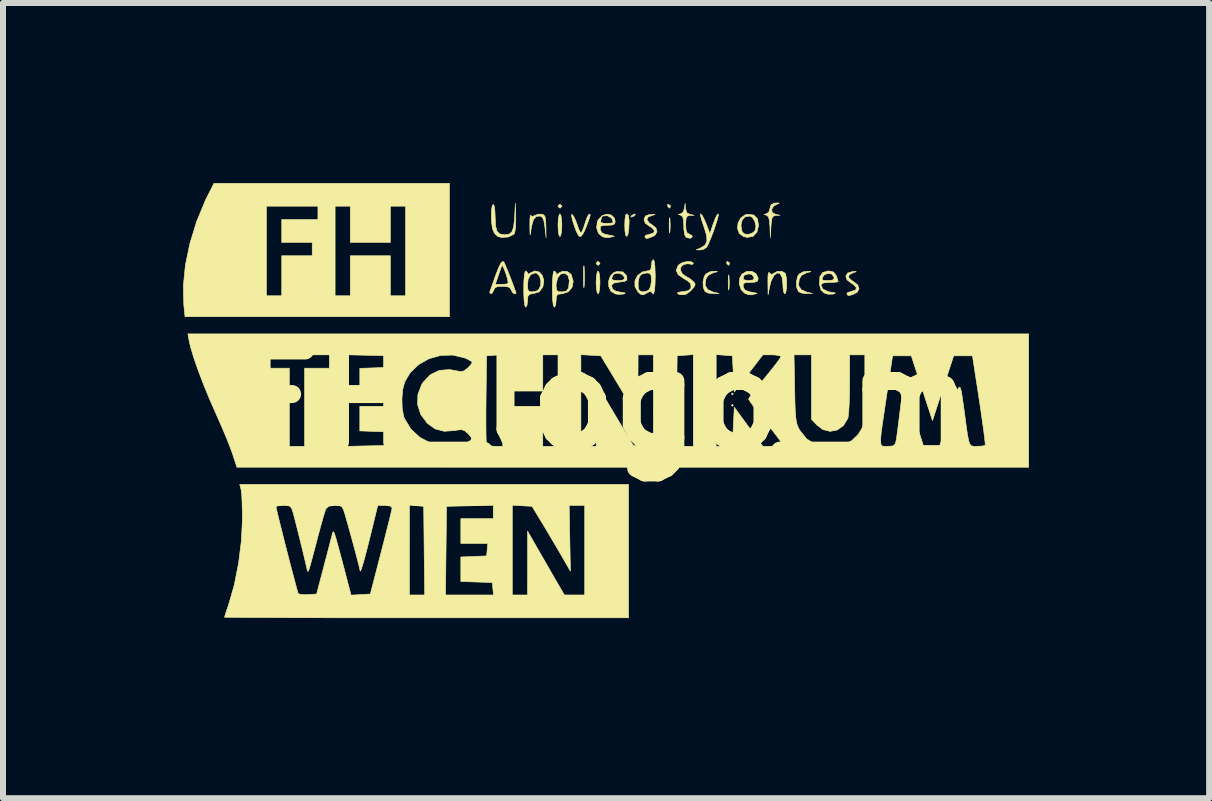
<source format=kicad_pcb>
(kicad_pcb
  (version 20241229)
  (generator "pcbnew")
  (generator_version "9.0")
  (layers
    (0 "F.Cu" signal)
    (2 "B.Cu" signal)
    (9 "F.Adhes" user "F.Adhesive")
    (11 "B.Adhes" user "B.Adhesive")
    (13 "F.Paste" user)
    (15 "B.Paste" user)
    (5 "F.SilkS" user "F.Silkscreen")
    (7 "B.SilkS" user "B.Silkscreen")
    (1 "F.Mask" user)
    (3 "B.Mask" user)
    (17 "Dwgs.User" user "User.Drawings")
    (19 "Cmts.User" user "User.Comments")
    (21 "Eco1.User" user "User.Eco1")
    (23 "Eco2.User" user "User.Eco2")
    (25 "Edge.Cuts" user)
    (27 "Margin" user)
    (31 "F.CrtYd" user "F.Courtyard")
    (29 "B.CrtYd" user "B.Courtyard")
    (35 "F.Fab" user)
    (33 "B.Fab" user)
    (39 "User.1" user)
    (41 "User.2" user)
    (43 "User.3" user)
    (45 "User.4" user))
  (footprint "FH_logo_m"
    (layer "F.Cu")
    (at 7.041 3.624)
    (property "Reference" "FH_logo_m" (at 0 0 0) (layer "F.SilkS") (effects (font (size 1.524 1.524) (thickness 0.3))))
    (attr through_hole)
    (fp_poly (pts (xy 2.127 -0.111) (xy 2.111 -0.095) (xy 2.095 -0.111) (xy 2.111 -0.127) (xy 2.127 -0.111)) (stroke (width 0.01) (type solid)) (fill yes) (layer "F.SilkS"))
    (fp_poly (pts (xy 2.127 0.079) (xy 2.111 0.095) (xy 2.095 0.079) (xy 2.111 0.064) (xy 2.127 0.079)) (stroke (width 0.01) (type solid)) (fill yes) (layer "F.SilkS"))
    (fp_poly (pts (xy 0.493 -3.105) (xy 0.483 -3.082) (xy 0.454 -3.066) (xy 0.417 -3.056) (xy 0.432 -3.08) (xy 0.436 -3.084) (xy 0.478 -3.109) (xy 0.493 -3.105)) (stroke (width 0.01) (type solid)) (fill yes) (layer "F.SilkS"))
    (fp_poly (pts (xy -0.731 -3.246) (xy -0.73 -3.239) (xy -0.754 -3.208) (xy -0.762 -3.207) (xy -0.793 -3.231) (xy -0.794 -3.239) (xy -0.77 -3.269) (xy -0.762 -3.27) (xy -0.731 -3.246)) (stroke (width 0.01) (type solid)) (fill yes) (layer "F.SilkS"))
    (fp_poly (pts (xy -0.096 -2.294) (xy -0.095 -2.286) (xy -0.119 -2.255) (xy -0.127 -2.254) (xy -0.158 -2.278) (xy -0.159 -2.286) (xy -0.135 -2.317) (xy -0.127 -2.318) (xy -0.096 -2.294)) (stroke (width 0.01) (type solid)) (fill yes) (layer "F.SilkS"))
    (fp_poly (pts (xy 1.078 -3.247) (xy 1.079 -3.239) (xy 1.069 -3.208) (xy 1.065 -3.207) (xy 1.038 -3.229) (xy 1.032 -3.239) (xy 1.034 -3.268) (xy 1.046 -3.27) (xy 1.078 -3.247)) (stroke (width 0.01) (type solid)) (fill yes) (layer "F.SilkS"))
    (fp_poly (pts (xy 2.062 -2.295) (xy 2.064 -2.286) (xy 2.053 -2.255) (xy 2.05 -2.254) (xy 2.023 -2.276) (xy 2.016 -2.286) (xy 2.019 -2.315) (xy 2.03 -2.318) (xy 2.062 -2.295)) (stroke (width 0.01) (type solid)) (fill yes) (layer "F.SilkS"))
    (fp_poly (pts (xy 1.07 -3.03) (xy 1.071 -3.024) (xy 1.076 -2.913) (xy 1.071 -2.818) (xy 1.064 -2.794) (xy 1.06 -2.826) (xy 1.058 -2.908) (xy 1.058 -2.921) (xy 1.06 -3.008) (xy 1.064 -3.047) (xy 1.07 -3.03)) (stroke (width 0.01) (type solid)) (fill yes) (layer "F.SilkS"))
    (fp_poly (pts (xy 2.054 -2.078) (xy 2.055 -2.072) (xy 2.06 -1.96) (xy 2.055 -1.865) (xy 2.049 -1.841) (xy 2.044 -1.874) (xy 2.042 -1.955) (xy 2.042 -1.968) (xy 2.044 -2.056) (xy 2.048 -2.095) (xy 2.054 -2.078)) (stroke (width 0.01) (type solid)) (fill yes) (layer "F.SilkS"))
    (fp_poly (pts (xy -0.358 -2.215) (xy -0.353 -2.081) (xy -0.356 -1.941) (xy -0.358 -1.913) (xy -0.363 -1.878) (xy -0.366 -1.9) (xy -0.369 -1.974) (xy -0.37 -2.064) (xy -0.369 -2.174) (xy -0.366 -2.237) (xy -0.362 -2.247) (xy -0.358 -2.215)) (stroke (width 0.01) (type solid)) (fill yes) (layer "F.SilkS"))
    (fp_poly (pts (xy 0.378 -3.084) (xy 0.391 -2.999) (xy 0.386 -2.868) (xy 0.372 -2.771) (xy 0.353 -2.734) (xy 0.335 -2.753) (xy 0.322 -2.823) (xy 0.318 -2.921) (xy 0.322 -3.021) (xy 0.334 -3.09) (xy 0.347 -3.111) (xy 0.378 -3.084)) (stroke (width 0.01) (type solid)) (fill yes) (layer "F.SilkS"))
    (fp_poly (pts (xy -0.745 -3.083) (xy -0.734 -3.007) (xy -0.73 -2.921) (xy -0.735 -2.82) (xy -0.748 -2.751) (xy -0.762 -2.731) (xy -0.779 -2.759) (xy -0.79 -2.835) (xy -0.794 -2.921) (xy -0.789 -3.022) (xy -0.776 -3.091) (xy -0.762 -3.111) (xy -0.745 -3.083)) (stroke (width 0.01) (type solid)) (fill yes) (layer "F.SilkS"))
    (fp_poly (pts (xy -0.11 -2.13) (xy -0.099 -2.055) (xy -0.095 -1.968) (xy -0.1 -1.867) (xy -0.113 -1.798) (xy -0.127 -1.778) (xy -0.144 -1.807) (xy -0.155 -1.882) (xy -0.159 -1.968) (xy -0.154 -2.07) (xy -0.141 -2.139) (xy -0.127 -2.159) (xy -0.11 -2.13)) (stroke (width 0.01) (type solid)) (fill yes) (layer "F.SilkS"))
    (fp_poly (pts (xy 1.86 -2.152) (xy 1.858 -2.146) (xy 1.795 -2.131) (xy 1.795 -2.131) (xy 1.708 -2.087) (xy 1.669 -2.022) (xy 1.657 -1.92) (xy 1.702 -1.847) (xy 1.797 -1.806) (xy 1.889 -1.786) (xy 1.792 -1.782) (xy 1.711 -1.791) (xy 1.657 -1.816) (xy 1.626 -1.884) (xy 1.622 -1.979) (xy 1.643 -2.069) (xy 1.669 -2.109) (xy 1.738 -2.146) (xy 1.804 -2.155) (xy 1.86 -2.152)) (stroke (width 0.01) (type solid)) (fill yes) (layer "F.SilkS"))
    (fp_poly (pts (xy 3.416 -2.152) (xy 3.413 -2.146) (xy 3.351 -2.131) (xy 3.35 -2.131) (xy 3.263 -2.087) (xy 3.225 -2.022) (xy 3.213 -1.92) (xy 3.258 -1.847) (xy 3.353 -1.806) (xy 3.445 -1.786) (xy 3.348 -1.782) (xy 3.266 -1.791) (xy 3.213 -1.816) (xy 3.182 -1.884) (xy 3.178 -1.979) (xy 3.199 -2.069) (xy 3.225 -2.109) (xy 3.294 -2.146) (xy 3.36 -2.155) (xy 3.416 -2.152)) (stroke (width 0.01) (type solid)) (fill yes) (layer "F.SilkS"))
    (fp_poly (pts (xy 2.938 -2.153) (xy 2.991 -2.121) (xy 2.997 -2.109) (xy 3.011 -2.041) (xy 3.016 -1.952) (xy 3.012 -1.864) (xy 3 -1.799) (xy 2.985 -1.778) (xy 2.966 -1.807) (xy 2.955 -1.88) (xy 2.953 -1.938) (xy 2.939 -2.055) (xy 2.904 -2.117) (xy 2.856 -2.127) (xy 2.804 -2.085) (xy 2.757 -1.993) (xy 2.733 -1.903) (xy 2.706 -1.762) (xy 2.703 -1.968) (xy 2.704 -2.081) (xy 2.714 -2.133) (xy 2.73 -2.128) (xy 2.764 -2.098) (xy 2.799 -2.12) (xy 2.864 -2.154) (xy 2.938 -2.153)) (stroke (width 0.01) (type solid)) (fill yes) (layer "F.SilkS"))
    (fp_poly (pts (xy -1.032 -3.094) (xy -1.01 -3.063) (xy -1 -2.998) (xy -0.996 -2.905) (xy -0.993 -2.715) (xy -1.012 -2.889) (xy -1.029 -2.996) (xy -1.054 -3.053) (xy -1.091 -3.075) (xy -1.157 -3.068) (xy -1.203 -3.015) (xy -1.234 -2.908) (xy -1.241 -2.865) (xy -1.252 -2.788) (xy -1.258 -2.762) (xy -1.261 -2.791) (xy -1.263 -2.878) (xy -1.263 -2.921) (xy -1.262 -3.019) (xy -1.257 -3.078) (xy -1.249 -3.087) (xy -1.249 -3.086) (xy -1.222 -3.062) (xy -1.189 -3.081) (xy -1.125 -3.105) (xy -1.073 -3.106) (xy -1.032 -3.094)) (stroke (width 0.01) (type solid)) (fill yes) (layer "F.SilkS"))
    (fp_poly (pts (xy 4.172 -2.146) (xy 4.13 -2.133) (xy 4.057 -2.096) (xy 4.047 -2.051) (xy 4.1 -2) (xy 4.125 -1.985) (xy 4.201 -1.925) (xy 4.221 -1.86) (xy 4.187 -1.802) (xy 4.141 -1.777) (xy 4.072 -1.753) (xy 4.04 -1.75) (xy 4.021 -1.771) (xy 4.018 -1.776) (xy 4.031 -1.8) (xy 4.085 -1.816) (xy 4.161 -1.839) (xy 4.178 -1.879) (xy 4.135 -1.929) (xy 4.096 -1.953) (xy 4.022 -2.011) (xy 4.001 -2.073) (xy 4.031 -2.124) (xy 4.111 -2.149) (xy 4.112 -2.149) (xy 4.172 -2.152) (xy 4.172 -2.146)) (stroke (width 0.01) (type solid)) (fill yes) (layer "F.SilkS"))
    (fp_poly (pts (xy -0.258 -3.089) (xy -0.272 -3.037) (xy -0.308 -2.939) (xy -0.32 -2.906) (xy -0.369 -2.792) (xy -0.409 -2.737) (xy -0.443 -2.738) (xy -0.456 -2.755) (xy -0.489 -2.821) (xy -0.521 -2.906) (xy -0.549 -2.994) (xy -0.566 -3.065) (xy -0.567 -3.102) (xy -0.562 -3.103) (xy -0.532 -3.068) (xy -0.497 -2.992) (xy -0.479 -2.942) (xy -0.449 -2.857) (xy -0.422 -2.803) (xy -0.411 -2.794) (xy -0.391 -2.822) (xy -0.363 -2.892) (xy -0.349 -2.938) (xy -0.32 -3.026) (xy -0.292 -3.086) (xy -0.281 -3.098) (xy -0.261 -3.106) (xy -0.258 -3.089)) (stroke (width 0.01) (type solid)) (fill yes) (layer "F.SilkS"))
    (fp_poly (pts (xy 0.818 -3.096) (xy 0.788 -3.09) (xy 0.709 -3.06) (xy 0.687 -3.013) (xy 0.726 -2.959) (xy 0.763 -2.936) (xy 0.837 -2.877) (xy 0.856 -2.811) (xy 0.819 -2.753) (xy 0.776 -2.73) (xy 0.707 -2.705) (xy 0.674 -2.703) (xy 0.655 -2.723) (xy 0.652 -2.728) (xy 0.665 -2.753) (xy 0.719 -2.768) (xy 0.796 -2.791) (xy 0.813 -2.832) (xy 0.77 -2.881) (xy 0.73 -2.905) (xy 0.659 -2.956) (xy 0.64 -3.015) (xy 0.641 -3.026) (xy 0.662 -3.075) (xy 0.718 -3.097) (xy 0.762 -3.1) (xy 0.821 -3.101) (xy 0.818 -3.096)) (stroke (width 0.01) (type solid)) (fill yes) (layer "F.SilkS"))
    (fp_poly (pts (xy -1.498 -3.044) (xy -1.5 -2.89) (xy -1.516 -2.796) (xy -1.532 -2.769) (xy -1.625 -2.725) (xy -1.734 -2.718) (xy -1.799 -2.735) (xy -1.854 -2.79) (xy -1.886 -2.865) (xy -1.9 -2.967) (xy -1.905 -3.077) (xy -1.901 -3.176) (xy -1.89 -3.246) (xy -1.873 -3.27) (xy -1.857 -3.241) (xy -1.846 -3.163) (xy -1.841 -3.054) (xy -1.835 -2.914) (xy -1.813 -2.825) (xy -1.769 -2.778) (xy -1.697 -2.763) (xy -1.68 -2.762) (xy -1.609 -2.773) (xy -1.562 -2.812) (xy -1.534 -2.889) (xy -1.519 -3.016) (xy -1.516 -3.065) (xy -1.505 -3.286) (xy -1.498 -3.044)) (stroke (width 0.01) (type solid)) (fill yes) (layer "F.SilkS"))
    (fp_poly (pts (xy 2.883 -3.283) (xy 2.873 -3.28) (xy 2.8 -3.242) (xy 2.766 -3.187) (xy 2.775 -3.135) (xy 2.831 -3.103) (xy 2.834 -3.102) (xy 2.905 -3.088) (xy 2.835 -3.084) (xy 2.795 -3.074) (xy 2.772 -3.042) (xy 2.76 -2.971) (xy 2.754 -2.897) (xy 2.743 -2.715) (xy 2.737 -2.895) (xy 2.728 -3.004) (xy 2.711 -3.063) (xy 2.678 -3.089) (xy 2.675 -3.09) (xy 2.638 -3.102) (xy 2.661 -3.107) (xy 2.673 -3.108) (xy 2.719 -3.14) (xy 2.736 -3.199) (xy 2.756 -3.263) (xy 2.807 -3.288) (xy 2.842 -3.292) (xy 2.892 -3.292) (xy 2.883 -3.283)) (stroke (width 0.01) (type solid)) (fill yes) (layer "F.SilkS"))
    (fp_poly (pts (xy 1.877 -3.085) (xy 1.86 -3.015) (xy 1.829 -2.917) (xy 1.791 -2.806) (xy 1.749 -2.699) (xy 1.711 -2.609) (xy 1.68 -2.553) (xy 1.677 -2.549) (xy 1.62 -2.516) (xy 1.576 -2.51) (xy 1.508 -2.512) (xy 1.577 -2.54) (xy 1.652 -2.586) (xy 1.687 -2.651) (xy 1.683 -2.748) (xy 1.641 -2.886) (xy 1.635 -2.902) (xy 1.6 -3.005) (xy 1.581 -3.079) (xy 1.582 -3.111) (xy 1.584 -3.111) (xy 1.609 -3.084) (xy 1.645 -3.014) (xy 1.674 -2.946) (xy 1.737 -2.78) (xy 1.792 -2.946) (xy 1.827 -3.037) (xy 1.859 -3.097) (xy 1.875 -3.111) (xy 1.877 -3.085)) (stroke (width 0.01) (type solid)) (fill yes) (layer "F.SilkS"))
    (fp_poly (pts (xy 2.468 -3.091) (xy 2.529 -3.028) (xy 2.547 -2.919) (xy 2.547 -2.918) (xy 2.52 -2.804) (xy 2.455 -2.736) (xy 2.359 -2.718) (xy 2.294 -2.734) (xy 2.225 -2.787) (xy 2.196 -2.868) (xy 2.201 -2.917) (xy 2.254 -2.917) (xy 2.274 -2.811) (xy 2.317 -2.774) (xy 2.386 -2.77) (xy 2.455 -2.798) (xy 2.488 -2.832) (xy 2.504 -2.905) (xy 2.485 -2.988) (xy 2.442 -3.053) (xy 2.403 -3.074) (xy 2.325 -3.063) (xy 2.273 -3.006) (xy 2.254 -2.917) (xy 2.201 -2.917) (xy 2.205 -2.957) (xy 2.248 -3.039) (xy 2.321 -3.093) (xy 2.369 -3.105) (xy 2.468 -3.091)) (stroke (width 0.01) (type solid)) (fill yes) (layer "F.SilkS"))
    (fp_poly (pts (xy 1.329 -3.201) (xy 1.351 -3.13) (xy 1.405 -3.102) (xy 1.476 -3.088) (xy 1.405 -3.084) (xy 1.361 -3.074) (xy 1.34 -3.039) (xy 1.334 -2.961) (xy 1.333 -2.934) (xy 1.339 -2.84) (xy 1.359 -2.791) (xy 1.397 -2.772) (xy 1.44 -2.747) (xy 1.442 -2.727) (xy 1.411 -2.703) (xy 1.353 -2.715) (xy 1.341 -2.72) (xy 1.316 -2.762) (xy 1.303 -2.857) (xy 1.302 -2.905) (xy 1.297 -3.01) (xy 1.281 -3.066) (xy 1.248 -3.089) (xy 1.246 -3.09) (xy 1.209 -3.102) (xy 1.233 -3.107) (xy 1.244 -3.108) (xy 1.291 -3.14) (xy 1.311 -3.199) (xy 1.324 -3.286) (xy 1.329 -3.201)) (stroke (width 0.01) (type solid)) (fill yes) (layer "F.SilkS"))
    (fp_poly (pts (xy 1.422 -2.314) (xy 1.459 -2.293) (xy 1.46 -2.284) (xy 1.441 -2.266) (xy 1.427 -2.271) (xy 1.373 -2.28) (xy 1.314 -2.272) (xy 1.256 -2.234) (xy 1.244 -2.173) (xy 1.278 -2.111) (xy 1.322 -2.079) (xy 1.408 -2.028) (xy 1.471 -1.974) (xy 1.492 -1.936) (xy 1.468 -1.886) (xy 1.412 -1.825) (xy 1.346 -1.777) (xy 1.318 -1.766) (xy 1.244 -1.764) (xy 1.208 -1.776) (xy 1.196 -1.797) (xy 1.24 -1.81) (xy 1.288 -1.815) (xy 1.373 -1.83) (xy 1.413 -1.86) (xy 1.423 -1.895) (xy 1.415 -1.948) (xy 1.366 -1.995) (xy 1.304 -2.031) (xy 1.208 -2.098) (xy 1.175 -2.17) (xy 1.206 -2.247) (xy 1.225 -2.268) (xy 1.281 -2.3) (xy 1.354 -2.316) (xy 1.422 -2.314)) (stroke (width 0.01) (type solid)) (fill yes) (layer "F.SilkS"))
    (fp_poly (pts (xy -2.603 -1.397) (xy -7.008 -1.397) (xy -7.029 -1.598) (xy -7.036 -1.913) (xy -7.002 -2.258) (xy -6.927 -2.618) (xy -6.816 -2.98) (xy -6.709 -3.239) (xy -5.652 -3.239) (xy -5.652 -1.746) (xy -5.397 -1.746) (xy -5.397 -2.413) (xy -4.889 -2.413) (xy -4.889 -2.635) (xy -5.397 -2.635) (xy -5.397 -3.016) (xy -4.794 -3.016) (xy -4.794 -3.239) (xy -4.508 -3.239) (xy -4.508 -1.746) (xy -4.255 -1.746) (xy -4.255 -2.413) (xy -3.588 -2.413) (xy -3.588 -1.746) (xy -3.334 -1.746) (xy -3.334 -3.239) (xy -3.588 -3.239) (xy -3.588 -2.635) (xy -4.255 -2.635) (xy -4.255 -3.239) (xy -4.508 -3.239) (xy -4.794 -3.239) (xy -5.652 -3.239) (xy -6.709 -3.239) (xy -6.672 -3.33) (xy -6.627 -3.421) (xy -6.526 -3.619) (xy -2.603 -3.619) (xy -2.603 -1.397)) (stroke (width 0.01) (type solid)) (fill yes) (layer "F.SilkS"))
    (fp_poly (pts (xy 0.288 -2.143) (xy 0.342 -2.089) (xy 0.354 -2.048) (xy 0.352 -2.007) (xy 0.316 -1.986) (xy 0.233 -1.975) (xy 0.23 -1.975) (xy 0.135 -1.958) (xy 0.097 -1.922) (xy 0.114 -1.862) (xy 0.12 -1.852) (xy 0.165 -1.824) (xy 0.244 -1.806) (xy 0.254 -1.804) (xy 0.319 -1.795) (xy 0.323 -1.784) (xy 0.302 -1.776) (xy 0.22 -1.769) (xy 0.161 -1.777) (xy 0.089 -1.822) (xy 0.052 -1.899) (xy 0.049 -1.99) (xy 0.065 -2.036) (xy 0.099 -2.036) (xy 0.121 -2.008) (xy 0.197 -2) (xy 0.209 -2) (xy 0.285 -2.006) (xy 0.312 -2.03) (xy 0.312 -2.056) (xy 0.276 -2.102) (xy 0.21 -2.123) (xy 0.146 -2.111) (xy 0.123 -2.09) (xy 0.099 -2.036) (xy 0.065 -2.036) (xy 0.078 -2.075) (xy 0.138 -2.135) (xy 0.191 -2.151) (xy 0.288 -2.143)) (stroke (width 0.01) (type solid)) (fill yes) (layer "F.SilkS"))
    (fp_poly (pts (xy 2.504 -2.115) (xy 2.539 -2.044) (xy 2.54 -2.026) (xy 2.527 -1.988) (xy 2.477 -1.971) (xy 2.411 -1.968) (xy 2.329 -1.965) (xy 2.294 -1.947) (xy 2.291 -1.905) (xy 2.292 -1.897) (xy 2.313 -1.847) (xy 2.37 -1.818) (xy 2.429 -1.806) (xy 2.498 -1.794) (xy 2.524 -1.784) (xy 2.519 -1.783) (xy 2.455 -1.768) (xy 2.439 -1.762) (xy 2.382 -1.764) (xy 2.318 -1.787) (xy 2.256 -1.85) (xy 2.226 -1.943) (xy 2.233 -2.041) (xy 2.242 -2.056) (xy 2.292 -2.056) (xy 2.299 -2.016) (xy 2.348 -2.001) (xy 2.381 -2) (xy 2.451 -2.008) (xy 2.472 -2.037) (xy 2.47 -2.056) (xy 2.433 -2.102) (xy 2.381 -2.111) (xy 2.313 -2.091) (xy 2.292 -2.056) (xy 2.242 -2.056) (xy 2.271 -2.107) (xy 2.35 -2.153) (xy 2.434 -2.154) (xy 2.504 -2.115)) (stroke (width 0.01) (type solid)) (fill yes) (layer "F.SilkS"))
    (fp_poly (pts (xy 3.797 -2.142) (xy 3.841 -2.082) (xy 3.843 -2.078) (xy 3.865 -2.013) (xy 3.873 -1.982) (xy 3.845 -1.974) (xy 3.773 -1.969) (xy 3.731 -1.968) (xy 3.633 -1.961) (xy 3.591 -1.938) (xy 3.588 -1.925) (xy 3.617 -1.859) (xy 3.7 -1.816) (xy 3.762 -1.804) (xy 3.822 -1.795) (xy 3.824 -1.785) (xy 3.789 -1.774) (xy 3.707 -1.772) (xy 3.646 -1.79) (xy 3.589 -1.84) (xy 3.564 -1.928) (xy 3.562 -1.948) (xy 3.567 -2.023) (xy 3.603 -2.023) (xy 3.623 -2.004) (xy 3.693 -2) (xy 3.7 -2) (xy 3.777 -2.006) (xy 3.805 -2.03) (xy 3.804 -2.056) (xy 3.769 -2.107) (xy 3.707 -2.121) (xy 3.645 -2.096) (xy 3.621 -2.066) (xy 3.603 -2.023) (xy 3.567 -2.023) (xy 3.569 -2.064) (xy 3.617 -2.134) (xy 3.707 -2.159) (xy 3.719 -2.159) (xy 3.797 -2.142)) (stroke (width 0.01) (type solid)) (fill yes) (layer "F.SilkS"))
    (fp_poly (pts (xy 0.092 -3.092) (xy 0.145 -3.041) (xy 0.159 -2.981) (xy 0.147 -2.942) (xy 0.1 -2.924) (xy 0.03 -2.921) (xy -0.052 -2.917) (xy -0.087 -2.899) (xy -0.091 -2.857) (xy -0.09 -2.85) (xy -0.068 -2.799) (xy -0.011 -2.77) (xy 0.048 -2.759) (xy 0.117 -2.746) (xy 0.143 -2.737) (xy 0.138 -2.735) (xy 0.073 -2.721) (xy 0.058 -2.717) (xy -0.003 -2.717) (xy -0.055 -2.731) (xy -0.121 -2.789) (xy -0.151 -2.879) (xy -0.14 -2.969) (xy -0.083 -2.969) (xy -0.041 -2.955) (xy 0.012 -2.953) (xy 0.087 -2.956) (xy 0.126 -2.964) (xy 0.127 -2.966) (xy 0.1 -3.04) (xy 0.032 -3.078) (xy 0.012 -3.08) (xy -0.046 -3.075) (xy -0.064 -3.066) (xy -0.073 -3.029) (xy -0.083 -3.003) (xy -0.083 -2.969) (xy -0.14 -2.969) (xy -0.138 -2.98) (xy -0.123 -3.014) (xy -0.06 -3.08) (xy 0.018 -3.106) (xy 0.092 -3.092)) (stroke (width 0.01) (type solid)) (fill yes) (layer "F.SilkS"))
    (fp_poly (pts (xy -1.109 -2.143) (xy -1.056 -2.087) (xy -1.031 -2.005) (xy -1.043 -1.909) (xy -1.054 -1.882) (xy -1.109 -1.811) (xy -1.198 -1.784) (xy -1.199 -1.784) (xy -1.269 -1.771) (xy -1.297 -1.735) (xy -1.302 -1.665) (xy -1.31 -1.592) (xy -1.33 -1.557) (xy -1.333 -1.556) (xy -1.348 -1.586) (xy -1.359 -1.67) (xy -1.365 -1.797) (xy -1.365 -1.857) (xy -1.364 -1.93) (xy -1.302 -1.93) (xy -1.297 -1.851) (xy -1.274 -1.817) (xy -1.229 -1.81) (xy -1.154 -1.825) (xy -1.118 -1.848) (xy -1.083 -1.914) (xy -1.08 -1.997) (xy -1.102 -2.074) (xy -1.146 -2.121) (xy -1.172 -2.127) (xy -1.249 -2.1) (xy -1.292 -2.021) (xy -1.302 -1.93) (xy -1.364 -1.93) (xy -1.362 -2) (xy -1.353 -2.102) (xy -1.34 -2.154) (xy -1.333 -2.159) (xy -1.303 -2.134) (xy -1.302 -2.123) (xy -1.288 -2.106) (xy -1.256 -2.126) (xy -1.179 -2.16) (xy -1.109 -2.143)) (stroke (width 0.01) (type solid)) (fill yes) (layer "F.SilkS"))
    (fp_poly (pts (xy -1.697 -2.311) (xy -1.681 -2.277) (xy -1.649 -2.201) (xy -1.608 -2.1) (xy -1.565 -1.991) (xy -1.528 -1.89) (xy -1.501 -1.816) (xy -1.492 -1.786) (xy -1.517 -1.778) (xy -1.522 -1.778) (xy -1.554 -1.804) (xy -1.572 -1.841) (xy -1.601 -1.885) (xy -1.664 -1.903) (xy -1.72 -1.905) (xy -1.808 -1.898) (xy -1.851 -1.871) (xy -1.864 -1.841) (xy -1.891 -1.79) (xy -1.912 -1.778) (xy -1.932 -1.801) (xy -1.929 -1.818) (xy -1.911 -1.866) (xy -1.886 -1.937) (xy -1.838 -1.937) (xy -1.725 -1.937) (xy -1.651 -1.941) (xy -1.625 -1.962) (xy -1.632 -2.013) (xy -1.632 -2.015) (xy -1.659 -2.107) (xy -1.689 -2.188) (xy -1.714 -2.241) (xy -1.727 -2.251) (xy -1.742 -2.216) (xy -1.769 -2.141) (xy -1.787 -2.088) (xy -1.838 -1.937) (xy -1.886 -1.937) (xy -1.879 -1.955) (xy -1.841 -2.064) (xy -1.789 -2.201) (xy -1.75 -2.284) (xy -1.719 -2.317) (xy -1.697 -2.311)) (stroke (width 0.01) (type solid)) (fill yes) (layer "F.SilkS"))
    (fp_poly (pts (xy -0.827 -2.134) (xy -0.826 -2.121) (xy -0.816 -2.099) (xy -0.787 -2.121) (xy -0.716 -2.156) (xy -0.635 -2.148) (xy -0.575 -2.102) (xy -0.573 -2.098) (xy -0.541 -1.986) (xy -0.56 -1.886) (xy -0.624 -1.812) (xy -0.723 -1.779) (xy -0.741 -1.778) (xy -0.798 -1.771) (xy -0.821 -1.736) (xy -0.826 -1.667) (xy -0.833 -1.593) (xy -0.853 -1.557) (xy -0.857 -1.556) (xy -0.872 -1.586) (xy -0.883 -1.67) (xy -0.888 -1.797) (xy -0.889 -1.857) (xy -0.888 -1.915) (xy -0.826 -1.915) (xy -0.819 -1.843) (xy -0.789 -1.814) (xy -0.731 -1.81) (xy -0.657 -1.823) (xy -0.621 -1.871) (xy -0.617 -1.886) (xy -0.605 -1.998) (xy -0.627 -2.081) (xy -0.679 -2.122) (xy -0.681 -2.122) (xy -0.75 -2.108) (xy -0.801 -2.042) (xy -0.825 -1.939) (xy -0.826 -1.915) (xy -0.888 -1.915) (xy -0.886 -2) (xy -0.877 -2.102) (xy -0.864 -2.154) (xy -0.857 -2.159) (xy -0.827 -2.134)) (stroke (width 0.01) (type solid)) (fill yes) (layer "F.SilkS"))
    (fp_poly (pts (xy 0.809 -2.32) (xy 0.82 -2.237) (xy 0.825 -2.111) (xy 0.826 -2.064) (xy 0.822 -1.927) (xy 0.813 -1.829) (xy 0.799 -1.781) (xy 0.794 -1.778) (xy 0.763 -1.802) (xy 0.762 -1.81) (xy 0.74 -1.819) (xy 0.686 -1.793) (xy 0.685 -1.792) (xy 0.627 -1.761) (xy 0.584 -1.77) (xy 0.539 -1.811) (xy 0.488 -1.899) (xy 0.488 -1.95) (xy 0.54 -1.95) (xy 0.544 -1.871) (xy 0.561 -1.831) (xy 0.619 -1.81) (xy 0.691 -1.826) (xy 0.724 -1.848) (xy 0.749 -1.903) (xy 0.762 -1.989) (xy 0.762 -2.007) (xy 0.757 -2.086) (xy 0.734 -2.12) (xy 0.689 -2.127) (xy 0.614 -2.112) (xy 0.578 -2.089) (xy 0.552 -2.033) (xy 0.54 -1.95) (xy 0.488 -1.95) (xy 0.488 -1.995) (xy 0.531 -2.082) (xy 0.608 -2.142) (xy 0.689 -2.159) (xy 0.741 -2.171) (xy 0.761 -2.218) (xy 0.762 -2.254) (xy 0.771 -2.321) (xy 0.793 -2.349) (xy 0.794 -2.349) (xy 0.809 -2.32)) (stroke (width 0.01) (type solid)) (fill yes) (layer "F.SilkS"))
    (fp_poly (pts (xy 0.381 3.619) (xy -2.985 3.619) (xy -3.441 3.619) (xy -3.879 3.619) (xy -4.295 3.619) (xy -4.684 3.618) (xy -5.043 3.617) (xy -5.367 3.616) (xy -5.652 3.615) (xy -5.894 3.614) (xy -6.089 3.613) (xy -6.233 3.611) (xy -6.321 3.61) (xy -6.35 3.609) (xy -6.34 3.575) (xy -6.316 3.499) (xy -6.285 3.41) (xy -6.189 3.077) (xy -6.116 2.709) (xy -6.069 2.332) (xy -6.053 2) (xy -6.054 1.834) (xy -6.056 1.768) (xy -5.493 1.768) (xy -5.485 1.807) (xy -5.464 1.896) (xy -5.433 2.025) (xy -5.393 2.183) (xy -5.349 2.36) (xy -5.302 2.544) (xy -5.255 2.725) (xy -5.211 2.892) (xy -5.173 3.035) (xy -5.144 3.143) (xy -5.126 3.205) (xy -5.122 3.216) (xy -5.084 3.229) (xy -5.005 3.234) (xy -4.961 3.232) (xy -4.816 3.223) (xy -4.699 2.778) (xy -4.655 2.611) (xy -4.615 2.458) (xy -4.583 2.334) (xy -4.562 2.253) (xy -4.558 2.238) (xy -4.55 2.207) (xy -4.543 2.188) (xy -4.534 2.187) (xy -4.522 2.209) (xy -4.504 2.262) (xy -4.478 2.351) (xy -4.442 2.482) (xy -4.394 2.662) (xy -4.332 2.897) (xy -4.328 2.914) (xy -4.242 3.241) (xy -4.193 3.239) (xy -3.27 3.239) (xy -3.015 3.239) (xy -2.668 3.239) (xy -1.869 3.239) (xy -1.556 3.239) (xy -1.302 3.239) (xy -1.301 2.707) (xy -1.301 2.175) (xy -1.198 2.355) (xy -1.141 2.455) (xy -1.062 2.592) (xy -0.973 2.746) (xy -0.892 2.887) (xy -0.688 3.239) (xy -0.349 3.239) (xy -0.349 1.746) (xy -0.608 1.746) (xy -0.598 2.295) (xy -0.587 2.843) (xy -0.734 2.588) (xy -0.819 2.442) (xy -0.92 2.271) (xy -1.019 2.104) (xy -1.053 2.048) (xy -1.227 1.762) (xy -1.391 1.753) (xy -1.556 1.743) (xy -1.556 3.239) (xy -1.869 3.239) (xy -1.879 3.135) (xy -1.889 3.032) (xy -2.151 3.023) (xy -2.413 3.014) (xy -2.413 2.606) (xy -2.199 2.597) (xy -1.984 2.588) (xy -1.974 2.484) (xy -1.964 2.381) (xy -2.413 2.381) (xy -2.413 1.968) (xy -1.873 1.968) (xy -1.873 1.744) (xy -2.262 1.753) (xy -2.651 1.762) (xy -2.66 2.5) (xy -2.668 3.239) (xy -3.015 3.239) (xy -3.024 2.5) (xy -3.032 1.762) (xy -3.151 1.752) (xy -3.27 1.742) (xy -3.27 3.239) (xy -4.193 3.239) (xy -3.921 3.223) (xy -3.74 2.524) (xy -3.688 2.321) (xy -3.642 2.138) (xy -3.603 1.984) (xy -3.575 1.868) (xy -3.56 1.8) (xy -3.558 1.786) (xy -3.586 1.758) (xy -3.667 1.746) (xy -3.676 1.746) (xy -3.797 1.746) (xy -3.938 2.323) (xy -3.983 2.499) (xy -4.022 2.647) (xy -4.055 2.759) (xy -4.078 2.826) (xy -4.089 2.84) (xy -4.09 2.839) (xy -4.102 2.784) (xy -4.128 2.681) (xy -4.164 2.544) (xy -4.207 2.384) (xy -4.253 2.216) (xy -4.298 2.053) (xy -4.338 1.913) (xy -4.368 1.817) (xy -4.396 1.768) (xy -4.439 1.749) (xy -4.51 1.746) (xy -4.609 1.759) (xy -4.66 1.8) (xy -4.661 1.802) (xy -4.678 1.851) (xy -4.708 1.95) (xy -4.746 2.085) (xy -4.789 2.244) (xy -4.808 2.318) (xy -4.861 2.519) (xy -4.9 2.665) (xy -4.927 2.763) (xy -4.946 2.821) (xy -4.958 2.846) (xy -4.967 2.843) (xy -4.973 2.821) (xy -4.975 2.81) (xy -4.99 2.745) (xy -5.016 2.634) (xy -5.05 2.492) (xy -5.089 2.335) (xy -5.128 2.177) (xy -5.164 2.034) (xy -5.193 1.921) (xy -5.208 1.865) (xy -5.235 1.788) (xy -5.273 1.754) (xy -5.346 1.746) (xy -5.367 1.746) (xy -5.446 1.751) (xy -5.49 1.763) (xy -5.493 1.768) (xy -6.056 1.768) (xy -6.058 1.684) (xy -6.064 1.564) (xy -6.073 1.491) (xy -6.074 1.484) (xy -6.097 1.397) (xy 0.381 1.397) (xy 0.381 3.619)) (stroke (width 0.01) (type solid)) (fill yes) (layer "F.SilkS"))
    (fp_poly (pts (xy 7.048 1.111) (xy 0.452 1.111) (xy -6.144 1.11) (xy -6.219 0.88) (xy -6.261 0.767) (xy -6.261 0.766) (xy 1.841 0.766) (xy 1.976 0.756) (xy 2.111 0.746) (xy 2.143 0.111) (xy 2.381 0.436) (xy 2.619 0.762) (xy 2.786 0.762) (xy 2.879 0.758) (xy 2.94 0.747) (xy 2.953 0.738) (xy 2.934 0.706) (xy 2.882 0.634) (xy 2.804 0.532) (xy 2.708 0.409) (xy 2.667 0.358) (xy 2.565 0.229) (xy 2.479 0.117) (xy 2.416 0.031) (xy 2.384 -0.019) (xy 2.381 -0.026) (xy 2.401 -0.06) (xy 2.453 -0.132) (xy 2.532 -0.233) (xy 2.629 -0.352) (xy 2.651 -0.379) (xy 2.751 -0.501) (xy 2.834 -0.607) (xy 2.893 -0.686) (xy 2.92 -0.729) (xy 2.921 -0.733) (xy 2.893 -0.75) (xy 2.82 -0.76) (xy 2.77 -0.762) (xy 2.619 -0.762) (xy 2.381 -0.452) (xy 2.143 -0.143) (xy 2.111 -0.746) (xy 1.976 -0.756) (xy 1.892 -0.762) (xy 3.138 -0.762) (xy 3.149 -0.198) (xy 3.153 0.006) (xy 3.158 0.159) (xy 3.166 0.269) (xy 3.177 0.349) (xy 3.192 0.409) (xy 3.214 0.46) (xy 3.234 0.495) (xy 3.349 0.639) (xy 3.498 0.73) (xy 3.678 0.769) (xy 3.885 0.752) (xy 3.987 0.727) (xy 4.045 0.696) (xy 4.581 0.696) (xy 4.589 0.736) (xy 4.607 0.756) (xy 4.635 0.763) (xy 4.673 0.762) (xy 4.696 0.762) (xy 4.779 0.757) (xy 4.819 0.732) (xy 4.838 0.675) (xy 4.848 0.611) (xy 4.864 0.499) (xy 4.882 0.354) (xy 4.902 0.19) (xy 4.906 0.16) (xy 4.929 -0.025) (xy 4.949 -0.166) (xy 4.966 -0.258) (xy 4.978 -0.298) (xy 4.984 -0.28) (xy 4.985 -0.251) (xy 4.995 -0.207) (xy 5.021 -0.114) (xy 5.06 0.017) (xy 5.108 0.174) (xy 5.139 0.27) (xy 5.292 0.746) (xy 5.566 0.746) (xy 5.626 0.572) (xy 5.661 0.467) (xy 5.707 0.323) (xy 5.758 0.162) (xy 5.792 0.05) (xy 5.833 -0.083) (xy 5.863 -0.175) (xy 5.886 -0.221) (xy 5.905 -0.219) (xy 5.923 -0.165) (xy 5.941 -0.058) (xy 5.965 0.108) (xy 5.985 0.254) (xy 6.01 0.443) (xy 6.03 0.579) (xy 6.048 0.669) (xy 6.067 0.724) (xy 6.09 0.751) (xy 6.123 0.761) (xy 6.167 0.762) (xy 6.187 0.762) (xy 6.268 0.758) (xy 6.318 0.749) (xy 6.323 0.747) (xy 6.323 0.712) (xy 6.313 0.624) (xy 6.297 0.491) (xy 6.273 0.322) (xy 6.245 0.126) (xy 6.225 -0.007) (xy 6.111 -0.746) (xy 5.798 -0.746) (xy 5.445 0.333) (xy 5.092 -0.746) (xy 4.78 -0.746) (xy 4.678 -0.064) (xy 4.641 0.186) (xy 4.612 0.38) (xy 4.592 0.524) (xy 4.582 0.627) (xy 4.581 0.696) (xy 4.045 0.696) (xy 4.103 0.665) (xy 4.209 0.562) (xy 4.282 0.441) (xy 4.284 0.434) (xy 4.296 0.372) (xy 4.306 0.257) (xy 4.313 0.102) (xy 4.317 -0.081) (xy 4.318 -0.208) (xy 4.318 -0.762) (xy 4.064 -0.762) (xy 4.064 -0.272) (xy 4.062 -0.096) (xy 4.057 0.063) (xy 4.049 0.192) (xy 4.039 0.277) (xy 4.034 0.298) (xy 3.96 0.418) (xy 3.857 0.491) (xy 3.738 0.513) (xy 3.617 0.482) (xy 3.521 0.409) (xy 3.429 0.311) (xy 3.429 -0.762) (xy 3.138 -0.762) (xy 1.892 -0.762) (xy 1.841 -0.766) (xy 1.841 0.766) (xy -6.261 0.766) (xy -6.262 0.764) (xy -4.381 0.764) (xy -3.977 0.755) (xy -3.572 0.746) (xy -3.572 0.524) (xy -3.834 0.515) (xy -4.096 0.505) (xy -4.096 0.095) (xy -3.683 0.095) (xy -3.683 -0.029) (xy -3.395 -0.029) (xy -3.39 0.13) (xy -3.365 0.264) (xy -3.354 0.295) (xy -3.247 0.473) (xy -3.097 0.612) (xy -2.916 0.708) (xy -2.713 0.756) (xy -2.502 0.75) (xy -2.413 0.73) (xy -2.3 0.693) (xy -2.244 0.659) (xy -2.238 0.619) (xy -2.278 0.566) (xy -2.29 0.553) (xy -2.349 0.502) (xy -2.404 0.484) (xy -2.483 0.493) (xy -2.512 0.499) (xy -2.691 0.512) (xy -2.843 0.471) (xy -2.971 0.379) (xy -2.982 0.364) (xy -1.995 0.364) (xy -1.994 0.521) (xy -1.992 0.64) (xy -1.988 0.709) (xy -1.986 0.722) (xy -1.946 0.748) (xy -1.863 0.762) (xy -1.842 0.762) (xy -1.714 0.762) (xy -1.714 0.095) (xy -1.048 0.095) (xy -1.048 0.762) (xy -0.794 0.762) (xy -0.413 0.762) (xy -0.159 0.762) (xy -0.158 0.23) (xy -0.157 -0.302) (xy -0.071 -0.148) (xy -0.021 -0.061) (xy 0.052 0.063) (xy 0.139 0.21) (xy 0.23 0.363) (xy 0.238 0.376) (xy 0.46 0.746) (xy 0.627 0.756) (xy 0.794 0.765) (xy 0.794 0.364) (xy 1.18 0.364) (xy 1.181 0.521) (xy 1.183 0.64) (xy 1.187 0.709) (xy 1.189 0.722) (xy 1.229 0.748) (xy 1.312 0.762) (xy 1.333 0.762) (xy 1.46 0.762) (xy 1.46 -0.766) (xy 1.326 -0.756) (xy 1.191 -0.746) (xy 1.182 -0.032) (xy 1.18 0.176) (xy 1.18 0.364) (xy 0.794 0.364) (xy 0.794 -0.762) (xy 0.54 -0.762) (xy 0.538 -0.23) (xy 0.537 0.302) (xy 0.477 0.191) (xy 0.44 0.124) (xy 0.377 0.016) (xy 0.296 -0.12) (xy 0.205 -0.272) (xy 0.168 -0.333) (xy -0.081 -0.746) (xy -0.413 -0.765) (xy -0.413 0.762) (xy -0.794 0.762) (xy -0.794 -0.762) (xy -1.048 -0.762) (xy -1.048 -0.159) (xy -1.714 -0.159) (xy -1.714 -0.766) (xy -1.849 -0.756) (xy -1.984 -0.746) (xy -1.993 -0.032) (xy -1.995 0.176) (xy -1.995 0.364) (xy -2.982 0.364) (xy -3.08 0.233) (xy -3.133 0.069) (xy -3.129 -0.101) (xy -3.066 -0.266) (xy -3.045 -0.3) (xy -2.922 -0.43) (xy -2.773 -0.503) (xy -2.602 -0.517) (xy -2.507 -0.5) (xy -2.419 -0.483) (xy -2.362 -0.494) (xy -2.305 -0.537) (xy -2.3 -0.541) (xy -2.247 -0.597) (xy -2.223 -0.635) (xy -2.223 -0.637) (xy -2.249 -0.662) (xy -2.316 -0.697) (xy -2.35 -0.711) (xy -2.547 -0.758) (xy -2.749 -0.752) (xy -2.944 -0.697) (xy -3.119 -0.598) (xy -3.26 -0.46) (xy -3.348 -0.311) (xy -3.381 -0.185) (xy -3.395 -0.029) (xy -3.683 -0.029) (xy -3.683 -0.127) (xy -4.096 -0.127) (xy -4.096 -0.537) (xy -3.834 -0.546) (xy -3.572 -0.556) (xy -3.572 -0.746) (xy -3.977 -0.755) (xy -4.381 -0.764) (xy -4.381 0.764) (xy -6.262 0.764) (xy -6.322 0.613) (xy -6.396 0.438) (xy -6.475 0.259) (xy -6.498 0.206) (xy -6.604 -0.034) (xy -6.703 -0.276) (xy -6.791 -0.508) (xy -6.864 -0.717) (xy -6.877 -0.762) (xy -5.683 -0.762) (xy -5.683 -0.54) (xy -5.271 -0.54) (xy -5.271 0.762) (xy -5.016 0.762) (xy -5.016 -0.54) (xy -4.604 -0.54) (xy -4.604 -0.762) (xy -5.683 -0.762) (xy -6.877 -0.762) (xy -6.916 -0.891) (xy -6.939 -0.992) (xy -6.96 -1.111) (xy 7.048 -1.111) (xy 7.048 1.111)) (stroke (width 0.01) (type solid)) (fill yes) (layer "F.SilkS")))
  (gr_rect
    (start -3 -3)
    (end 17.095 10.249)
    (stroke (width 0.1) (type default))
    (fill no)
    (layer "Edge.Cuts")))
</source>
